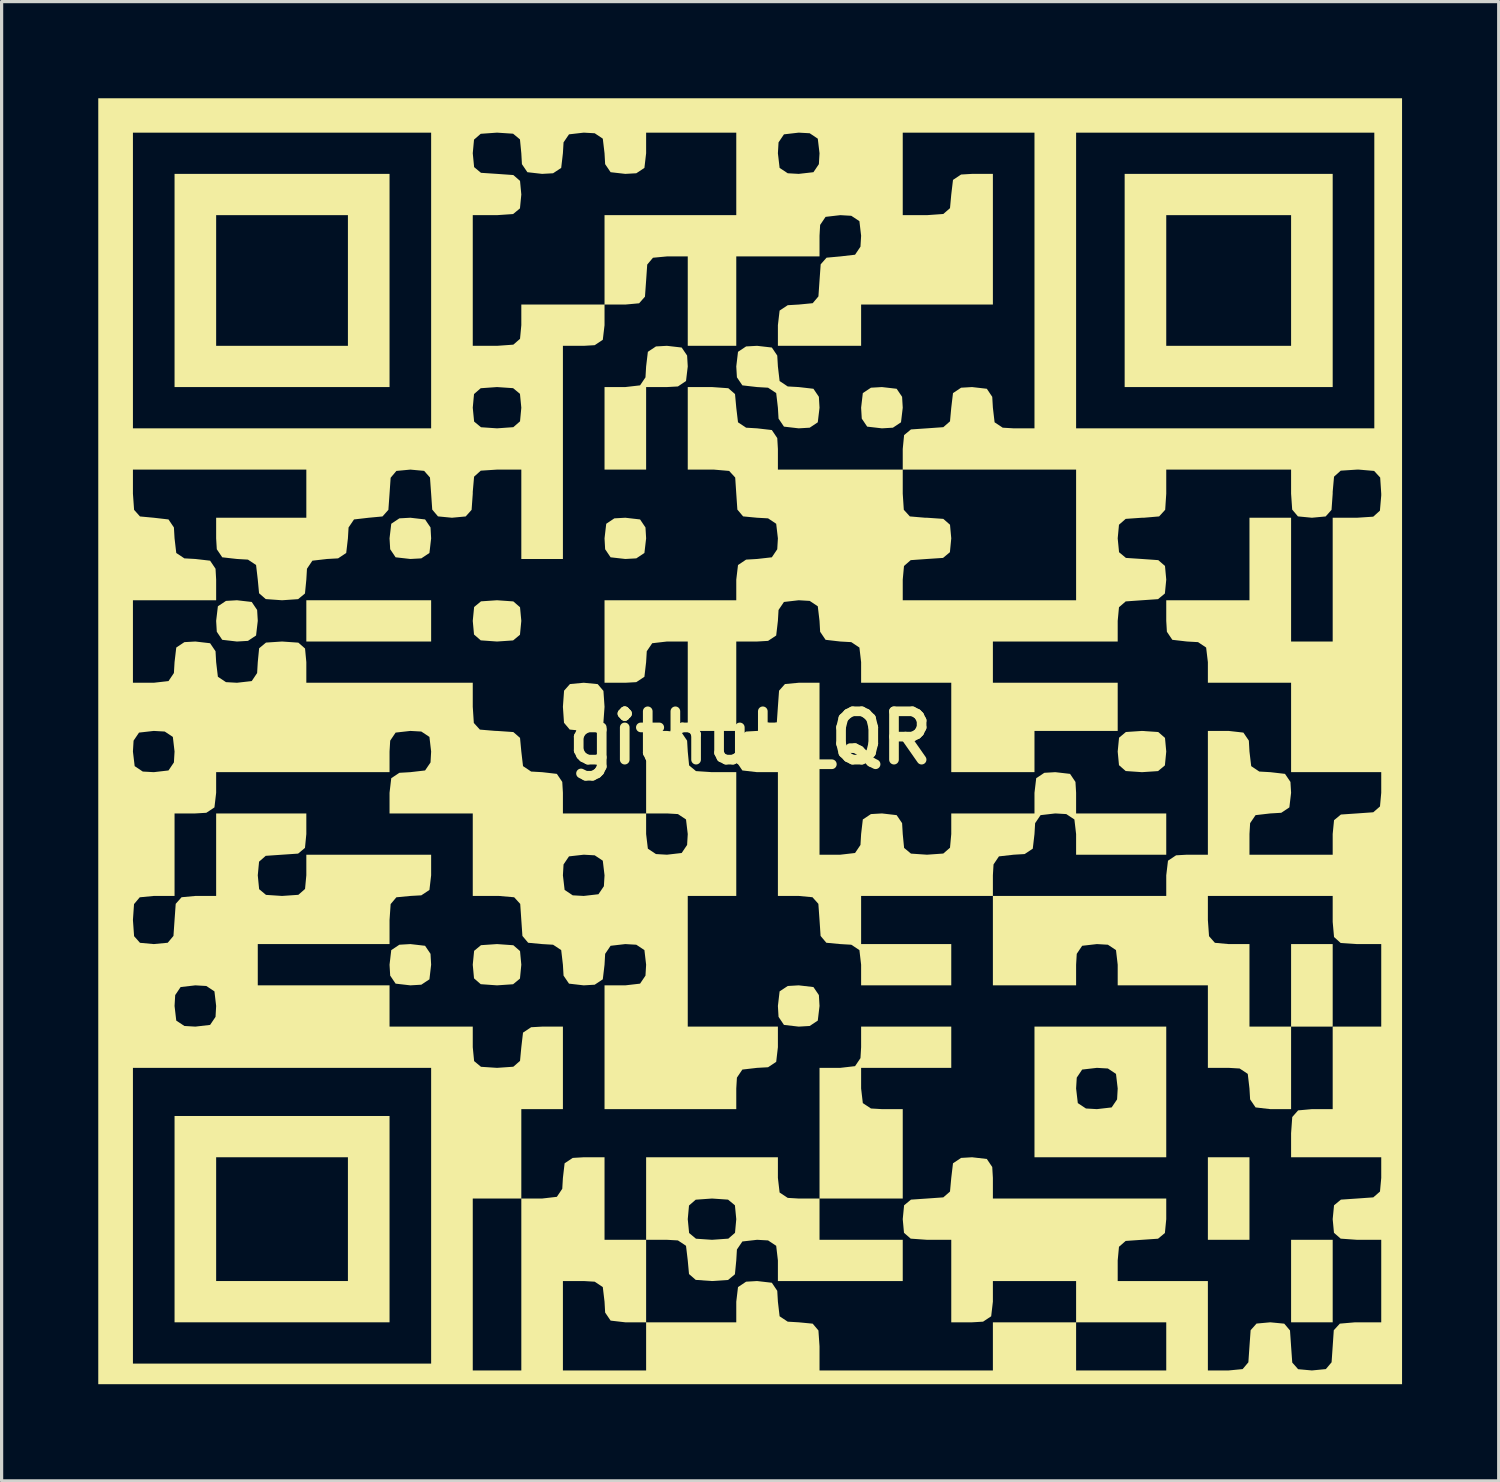
<source format=kicad_pcb>
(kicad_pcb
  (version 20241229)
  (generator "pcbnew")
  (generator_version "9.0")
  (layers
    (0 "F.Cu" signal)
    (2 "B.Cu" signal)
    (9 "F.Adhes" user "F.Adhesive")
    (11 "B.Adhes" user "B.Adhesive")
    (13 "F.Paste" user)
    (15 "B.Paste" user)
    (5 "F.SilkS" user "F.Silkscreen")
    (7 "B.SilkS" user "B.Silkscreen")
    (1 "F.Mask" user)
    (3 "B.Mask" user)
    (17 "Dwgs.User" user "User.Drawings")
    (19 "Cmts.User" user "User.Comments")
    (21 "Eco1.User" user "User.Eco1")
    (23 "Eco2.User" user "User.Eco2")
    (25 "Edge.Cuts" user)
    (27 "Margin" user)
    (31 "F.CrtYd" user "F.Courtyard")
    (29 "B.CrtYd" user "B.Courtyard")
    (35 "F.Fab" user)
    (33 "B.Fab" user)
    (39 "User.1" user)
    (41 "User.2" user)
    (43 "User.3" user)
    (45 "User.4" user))
  (footprint "github_QR"
    (layer "F.Cu")
    (at 20.234 19.85)
    (property "Reference" "github_QR" (at 0 0 0) (layer "F.SilkS") (effects (font (size 1.5 1.5) (thickness 0.3))))
    (attr board_only exclude_from_pos_files exclude_from_bom)
    (fp_poly (pts (xy -9.902 -3.629) (xy -9.902 -2.988) (xy -11.839 -2.988) (xy -13.776 -2.988) (xy -13.776 -3.629) (xy -13.776 -4.269) (xy -11.839 -4.269) (xy -9.902 -4.269)) (stroke (width 0) (type solid)) (fill yes) (layer "F.SilkS"))
    (fp_poly (pts (xy 15.498 14.301) (xy 15.498 15.582) (xy 14.853 15.582) (xy 14.207 15.582) (xy 14.207 14.301) (xy 14.207 13.02) (xy 14.853 13.02) (xy 15.498 13.02)) (stroke (width 0) (type solid)) (fill yes) (layer "F.SilkS"))
    (fp_poly (pts (xy 18.081 7.684) (xy 18.081 8.965) (xy 17.436 8.965) (xy 16.79 8.965) (xy 16.79 7.684) (xy 16.79 6.403) (xy 17.436 6.403) (xy 18.081 6.403)) (stroke (width 0) (type solid)) (fill yes) (layer "F.SilkS"))
    (fp_poly (pts (xy 18.081 16.862) (xy 18.081 18.143) (xy 17.436 18.143) (xy 16.79 18.143) (xy 16.79 16.862) (xy 16.79 15.582) (xy 17.436 15.582) (xy 18.081 15.582)) (stroke (width 0) (type solid)) (fill yes) (layer "F.SilkS"))
    (fp_poly (pts (xy -15.471 -4.216) (xy -15.303 -3.967) (xy -15.283 -3.629) (xy -15.336 -3.175) (xy -15.588 -3.008) (xy -15.929 -2.988) (xy -16.386 -3.041) (xy -16.555 -3.291) (xy -16.575 -3.629) (xy -16.521 -4.082) (xy -16.27 -4.249) (xy -15.929 -4.269)) (stroke (width 0) (type solid)) (fill yes) (layer "F.SilkS"))
    (fp_poly (pts (xy -10.09 -6.777) (xy -9.921 -6.528) (xy -9.902 -6.19) (xy -9.955 -5.736) (xy -10.207 -5.569) (xy -10.547 -5.55) (xy -11.005 -5.602) (xy -11.173 -5.852) (xy -11.193 -6.19) (xy -11.14 -6.643) (xy -10.888 -6.811) (xy -10.547 -6.83)) (stroke (width 0) (type solid)) (fill yes) (layer "F.SilkS"))
    (fp_poly (pts (xy -10.09 6.456) (xy -9.921 6.706) (xy -9.902 7.044) (xy -9.955 7.497) (xy -10.207 7.664) (xy -10.547 7.684) (xy -11.005 7.631) (xy -11.173 7.382) (xy -11.193 7.044) (xy -11.14 6.59) (xy -10.888 6.423) (xy -10.547 6.403)) (stroke (width 0) (type solid)) (fill yes) (layer "F.SilkS"))
    (fp_poly (pts (xy -7.351 -4.233) (xy -7.143 -4.052) (xy -7.103 -3.629) (xy -7.145 -3.198) (xy -7.358 -3.022) (xy -7.857 -2.988) (xy -8.363 -3.024) (xy -8.571 -3.205) (xy -8.61 -3.629) (xy -8.568 -4.059) (xy -8.355 -4.235) (xy -7.857 -4.269)) (stroke (width 0) (type solid)) (fill yes) (layer "F.SilkS"))
    (fp_poly (pts (xy -7.351 6.439) (xy -7.143 6.62) (xy -7.103 7.044) (xy -7.145 7.474) (xy -7.358 7.65) (xy -7.857 7.684) (xy -8.363 7.648) (xy -8.571 7.467) (xy -8.61 7.044) (xy -8.568 6.613) (xy -8.355 6.437) (xy -7.857 6.403)) (stroke (width 0) (type solid)) (fill yes) (layer "F.SilkS"))
    (fp_poly (pts (xy -4.732 -1.666) (xy -4.554 -1.455) (xy -4.52 -0.961) (xy -4.556 -0.459) (xy -4.739 -0.253) (xy -5.166 -0.213) (xy -5.6 -0.255) (xy -5.778 -0.466) (xy -5.812 -0.961) (xy -5.776 -1.462) (xy -5.593 -1.668) (xy -5.166 -1.708)) (stroke (width 0) (type solid)) (fill yes) (layer "F.SilkS"))
    (fp_poly (pts (xy -3.417 -6.777) (xy -3.249 -6.528) (xy -3.229 -6.19) (xy -3.282 -5.736) (xy -3.534 -5.569) (xy -3.875 -5.55) (xy -4.332 -5.602) (xy -4.501 -5.852) (xy -4.52 -6.19) (xy -4.467 -6.643) (xy -4.215 -6.811) (xy -3.875 -6.83)) (stroke (width 0) (type solid)) (fill yes) (layer "F.SilkS"))
    (fp_poly (pts (xy 1.964 7.737) (xy 2.133 7.986) (xy 2.153 8.324) (xy 2.099 8.778) (xy 1.848 8.945) (xy 1.507 8.965) (xy 1.049 8.912) (xy 0.881 8.662) (xy 0.861 8.324) (xy 0.914 7.871) (xy 1.166 7.704) (xy 1.507 7.684)) (stroke (width 0) (type solid)) (fill yes) (layer "F.SilkS"))
    (fp_poly (pts (xy 4.547 -10.833) (xy 4.716 -10.583) (xy 4.736 -10.245) (xy 4.682 -9.792) (xy 4.431 -9.625) (xy 4.09 -9.605) (xy 3.632 -9.658) (xy 3.464 -9.907) (xy 3.444 -10.245) (xy 3.497 -10.699) (xy 3.749 -10.866) (xy 4.09 -10.886)) (stroke (width 0) (type solid)) (fill yes) (layer "F.SilkS"))
    (fp_poly (pts (xy 12.668 -0.178) (xy 12.876 0.003) (xy 12.915 0.427) (xy 12.873 0.857) (xy 12.66 1.034) (xy 12.162 1.067) (xy 11.656 1.032) (xy 11.448 0.85) (xy 11.408 0.427) (xy 11.45 -0.003) (xy 11.663 -0.18) (xy 12.162 -0.213)) (stroke (width 0) (type solid)) (fill yes) (layer "F.SilkS"))
    (fp_poly (pts (xy -11.193 -14.194) (xy -11.193 -10.886) (xy -14.53 -10.886) (xy -17.866 -10.886) (xy -17.866 -14.194) (xy -16.575 -14.194) (xy -16.575 -12.166) (xy -14.53 -12.166) (xy -12.485 -12.166) (xy -12.485 -14.194) (xy -12.485 -16.222) (xy -14.53 -16.222) (xy -16.575 -16.222) (xy -16.575 -14.194) (xy -17.866 -14.194) (xy -17.866 -17.503) (xy -14.53 -17.503) (xy -11.193 -17.503)) (stroke (width 0) (type solid)) (fill yes) (layer "F.SilkS"))
    (fp_poly (pts (xy -11.193 14.941) (xy -11.193 18.143) (xy -14.53 18.143) (xy -17.866 18.143) (xy -17.866 14.941) (xy -16.575 14.941) (xy -16.575 16.862) (xy -14.53 16.862) (xy -12.485 16.862) (xy -12.485 14.941) (xy -12.485 13.02) (xy -14.53 13.02) (xy -16.575 13.02) (xy -16.575 14.941) (xy -17.866 14.941) (xy -17.866 11.739) (xy -14.53 11.739) (xy -11.193 11.739)) (stroke (width 0) (type solid)) (fill yes) (layer "F.SilkS"))
    (fp_poly (pts (xy 18.081 -14.194) (xy 18.081 -10.886) (xy 14.853 -10.886) (xy 11.624 -10.886) (xy 11.624 -14.194) (xy 12.915 -14.194) (xy 12.915 -12.166) (xy 14.853 -12.166) (xy 16.79 -12.166) (xy 16.79 -14.194) (xy 16.79 -16.222) (xy 14.853 -16.222) (xy 12.915 -16.222) (xy 12.915 -14.194) (xy 11.624 -14.194) (xy 11.624 -17.503) (xy 14.853 -17.503) (xy 18.081 -17.503)) (stroke (width 0) (type solid)) (fill yes) (layer "F.SilkS"))
    (fp_poly (pts (xy -2.126 -12.113) (xy -1.957 -11.864) (xy -1.937 -11.526) (xy -1.991 -11.073) (xy -2.242 -10.905) (xy -2.583 -10.886) (xy -3.229 -10.886) (xy -3.229 -9.605) (xy -3.229 -8.324) (xy -3.875 -8.324) (xy -4.52 -8.324) (xy -4.52 -9.605) (xy -4.52 -10.886) (xy -3.875 -10.886) (xy -3.417 -10.939) (xy -3.249 -11.188) (xy -3.229 -11.526) (xy -3.175 -11.98) (xy -2.924 -12.147) (xy -2.583 -12.166)) (stroke (width 0) (type solid)) (fill yes) (layer "F.SilkS"))
    (fp_poly (pts (xy 12.915 10.992) (xy 12.915 13.02) (xy 10.87 13.02) (xy 8.825 13.02) (xy 8.825 10.992) (xy 8.825 10.886) (xy 10.117 10.886) (xy 10.17 11.339) (xy 10.422 11.506) (xy 10.763 11.526) (xy 11.22 11.473) (xy 11.389 11.224) (xy 11.408 10.886) (xy 11.355 10.432) (xy 11.104 10.265) (xy 10.763 10.245) (xy 10.305 10.298) (xy 10.137 10.548) (xy 10.117 10.886) (xy 8.825 10.886) (xy 8.825 8.965) (xy 10.87 8.965) (xy 12.915 8.965)) (stroke (width 0) (type solid)) (fill yes) (layer "F.SilkS"))
    (fp_poly (pts (xy 0.673 -12.113) (xy 0.841 -11.864) (xy 0.861 -11.526) (xy 0.914 -11.073) (xy 1.166 -10.905) (xy 1.507 -10.886) (xy 1.964 -10.833) (xy 2.133 -10.583) (xy 2.153 -10.245) (xy 2.099 -9.792) (xy 1.848 -9.625) (xy 1.507 -9.605) (xy 1.049 -9.658) (xy 0.881 -9.907) (xy 0.861 -10.245) (xy 0.808 -10.699) (xy 0.556 -10.866) (xy 0.215 -10.886) (xy -0.242 -10.939) (xy -0.411 -11.188) (xy -0.431 -11.526) (xy -0.377 -11.98) (xy -0.126 -12.147) (xy 0.215 -12.166)) (stroke (width 0) (type solid)) (fill yes) (layer "F.SilkS"))
    (fp_poly (pts (xy 6.242 9.605) (xy 6.242 10.245) (xy 4.843 10.245) (xy 3.444 10.245) (xy 3.444 10.886) (xy 3.497 11.339) (xy 3.749 11.506) (xy 4.09 11.526) (xy 4.736 11.526) (xy 4.736 12.913) (xy 4.736 14.301) (xy 3.444 14.301) (xy 2.153 14.301) (xy 2.153 14.941) (xy 2.153 15.582) (xy 3.444 15.582) (xy 4.736 15.582) (xy 4.736 16.222) (xy 4.736 16.862) (xy 2.798 16.862) (xy 0.861 16.862) (xy 0.861 16.222) (xy 0.808 15.768) (xy 0.556 15.601) (xy 0.215 15.582) (xy -0.242 15.634) (xy -0.411 15.884) (xy -0.431 16.222) (xy -0.473 16.652) (xy -0.686 16.829) (xy -1.184 16.862) (xy -1.69 16.826) (xy -1.898 16.645) (xy -1.937 16.222) (xy -1.991 15.768) (xy -2.242 15.601) (xy -2.583 15.582) (xy -3.229 15.582) (xy -3.229 14.941) (xy -1.937 14.941) (xy -1.895 15.371) (xy -1.682 15.548) (xy -1.184 15.582) (xy -0.678 15.546) (xy -0.47 15.365) (xy -0.431 14.941) (xy -0.473 14.511) (xy -0.686 14.335) (xy -1.184 14.301) (xy -1.69 14.337) (xy -1.898 14.518) (xy -1.937 14.941) (xy -3.229 14.941) (xy -3.229 14.301) (xy -3.229 13.02) (xy -1.184 13.02) (xy 0.861 13.02) (xy 0.861 13.661) (xy 0.914 14.114) (xy 1.166 14.281) (xy 1.507 14.301) (xy 2.153 14.301) (xy 2.153 12.273) (xy 2.153 10.245) (xy 2.798 10.245) (xy 3.256 10.192) (xy 3.424 9.943) (xy 3.444 9.605) (xy 3.444 8.965) (xy 4.843 8.965) (xy 6.242 8.965)) (stroke (width 0) (type solid)) (fill yes) (layer "F.SilkS"))
    (fp_poly (pts (xy 2.153 0.961) (xy 2.153 3.629) (xy 2.798 3.629) (xy 3.256 3.576) (xy 3.424 3.326) (xy 3.444 2.988) (xy 3.497 2.535) (xy 3.749 2.368) (xy 4.09 2.348) (xy 4.547 2.401) (xy 4.716 2.65) (xy 4.736 2.988) (xy 4.778 3.418) (xy 4.991 3.595) (xy 5.489 3.629) (xy 5.995 3.593) (xy 6.203 3.412) (xy 6.242 2.988) (xy 6.242 2.348) (xy 7.534 2.348) (xy 8.825 2.348) (xy 8.825 1.708) (xy 8.879 1.254) (xy 9.13 1.087) (xy 9.471 1.067) (xy 9.929 1.12) (xy 10.097 1.37) (xy 10.117 1.708) (xy 10.117 2.348) (xy 11.516 2.348) (xy 12.915 2.348) (xy 12.915 2.988) (xy 12.915 3.629) (xy 11.516 3.629) (xy 10.117 3.629) (xy 10.117 2.988) (xy 10.064 2.535) (xy 9.812 2.368) (xy 9.471 2.348) (xy 9.014 2.401) (xy 8.845 2.65) (xy 8.825 2.988) (xy 8.772 3.442) (xy 8.52 3.609) (xy 8.18 3.629) (xy 7.722 3.681) (xy 7.554 3.931) (xy 7.534 4.269) (xy 7.534 4.909) (xy 5.489 4.909) (xy 3.444 4.909) (xy 3.444 5.656) (xy 3.444 6.403) (xy 4.843 6.403) (xy 6.242 6.403) (xy 6.242 7.044) (xy 6.242 7.684) (xy 4.843 7.684) (xy 3.444 7.684) (xy 3.444 7.044) (xy 3.391 6.59) (xy 3.139 6.423) (xy 2.798 6.403) (xy 2.364 6.362) (xy 2.186 6.15) (xy 2.153 5.656) (xy 2.117 5.154) (xy 1.934 4.949) (xy 1.507 4.909) (xy 0.861 4.909) (xy 0.861 2.988) (xy 0.861 1.067) (xy 0.215 1.067) (xy -0.242 1.014) (xy -0.411 0.765) (xy -0.431 0.427) (xy -0.377 -0.027) (xy -0.126 -0.194) (xy 0.215 -0.213) (xy 0.649 -0.255) (xy 0.827 -0.466) (xy 0.861 -0.961) (xy 0.897 -1.462) (xy 1.08 -1.668) (xy 1.507 -1.708) (xy 2.153 -1.708)) (stroke (width 0) (type solid)) (fill yes) (layer "F.SilkS"))
    (fp_poly (pts (xy 20.234 0.107) (xy 20.234 20.064) (xy 0 20.064) (xy -20.234 20.064) (xy -20.234 14.834) (xy -19.158 14.834) (xy -19.158 19.424) (xy -14.53 19.424) (xy -9.902 19.424) (xy -9.902 14.834) (xy -9.902 10.245) (xy -14.53 10.245) (xy -19.158 10.245) (xy -19.158 14.834) (xy -20.234 14.834) (xy -20.234 8.324) (xy -17.866 8.324) (xy -17.813 8.778) (xy -17.561 8.945) (xy -17.22 8.965) (xy -16.763 8.912) (xy -16.594 8.662) (xy -16.575 8.324) (xy -16.628 7.871) (xy -16.88 7.704) (xy -17.22 7.684) (xy -17.678 7.737) (xy -17.846 7.986) (xy -17.866 8.324) (xy -20.234 8.324) (xy -20.234 0.427) (xy -19.158 0.427) (xy -19.104 0.88) (xy -18.853 1.048) (xy -18.512 1.067) (xy -18.054 1.014) (xy -17.886 0.765) (xy -17.866 0.427) (xy -17.919 -0.027) (xy -18.171 -0.194) (xy -18.512 -0.213) (xy -18.969 -0.161) (xy -19.138 0.089) (xy -19.158 0.427) (xy -20.234 0.427) (xy -20.234 0.107) (xy -20.234 -8.324) (xy -19.158 -8.324) (xy -19.158 -7.577) (xy -19.122 -7.075) (xy -18.939 -6.87) (xy -18.512 -6.83) (xy -18.054 -6.777) (xy -17.886 -6.528) (xy -17.866 -6.19) (xy -17.813 -5.736) (xy -17.561 -5.569) (xy -17.22 -5.55) (xy -16.763 -5.497) (xy -16.594 -5.247) (xy -16.575 -4.909) (xy -16.575 -4.269) (xy -17.866 -4.269) (xy -19.158 -4.269) (xy -19.158 -2.988) (xy -19.158 -1.708) (xy -18.512 -1.708) (xy -18.054 -1.76) (xy -17.886 -2.01) (xy -17.866 -2.348) (xy -17.813 -2.801) (xy -17.561 -2.969) (xy -17.22 -2.988) (xy -16.763 -2.935) (xy -16.594 -2.686) (xy -16.575 -2.348) (xy -16.521 -1.894) (xy -16.27 -1.727) (xy -15.929 -1.708) (xy -15.471 -1.76) (xy -15.303 -2.01) (xy -15.283 -2.348) (xy -15.241 -2.778) (xy -15.028 -2.955) (xy -14.53 -2.988) (xy -14.023 -2.953) (xy -13.816 -2.771) (xy -13.776 -2.348) (xy -13.776 -1.708) (xy -11.193 -1.708) (xy -8.61 -1.708) (xy -8.61 -0.961) (xy -8.577 -0.46) (xy -8.389 -0.254) (xy -7.914 -0.214) (xy -7.857 -0.213) (xy -7.351 -0.178) (xy -7.143 0.003) (xy -7.103 0.427) (xy -7.05 0.88) (xy -6.798 1.048) (xy -6.458 1.067) (xy -6 1.12) (xy -5.832 1.37) (xy -5.812 1.708) (xy -5.812 2.348) (xy -4.52 2.348) (xy -3.229 2.348) (xy -3.229 1.067) (xy -3.229 -0.213) (xy -2.583 -0.213) (xy -2.126 -0.161) (xy -1.957 0.089) (xy -1.937 0.427) (xy -1.895 0.857) (xy -1.682 1.034) (xy -1.184 1.067) (xy -0.431 1.067) (xy -0.431 2.988) (xy -0.431 4.909) (xy -1.184 4.909) (xy -1.937 4.909) (xy -1.937 6.937) (xy -1.937 8.965) (xy -0.538 8.965) (xy 0.861 8.965) (xy 0.861 9.605) (xy 0.808 10.059) (xy 0.556 10.226) (xy 0.215 10.245) (xy -0.242 10.298) (xy -0.411 10.548) (xy -0.431 10.886) (xy -0.431 11.526) (xy -2.475 11.526) (xy -4.52 11.526) (xy -4.52 9.605) (xy -4.52 7.684) (xy -3.875 7.684) (xy -3.417 7.631) (xy -3.249 7.382) (xy -3.229 7.044) (xy -3.282 6.59) (xy -3.534 6.423) (xy -3.875 6.403) (xy -4.332 6.456) (xy -4.501 6.706) (xy -4.52 7.044) (xy -4.574 7.497) (xy -4.825 7.664) (xy -5.166 7.684) (xy -5.623 7.631) (xy -5.792 7.382) (xy -5.812 7.044) (xy -5.865 6.59) (xy -6.117 6.423) (xy -6.458 6.403) (xy -6.891 6.362) (xy -7.069 6.15) (xy -7.103 5.656) (xy -7.137 5.156) (xy -7.325 4.95) (xy -7.799 4.909) (xy -7.857 4.909) (xy -8.61 4.909) (xy -8.61 4.269) (xy -5.812 4.269) (xy -5.759 4.722) (xy -5.507 4.89) (xy -5.166 4.909) (xy -4.709 4.856) (xy -4.54 4.607) (xy -4.52 4.269) (xy -4.574 3.815) (xy -4.825 3.648) (xy -5.166 3.629) (xy -5.623 3.681) (xy -5.792 3.931) (xy -5.812 4.269) (xy -8.61 4.269) (xy -8.61 3.629) (xy -8.61 2.988) (xy -3.229 2.988) (xy -3.175 3.442) (xy -2.924 3.609) (xy -2.583 3.629) (xy -2.126 3.576) (xy -1.957 3.326) (xy -1.937 2.988) (xy -1.991 2.535) (xy -2.242 2.368) (xy -2.583 2.348) (xy -3.229 2.348) (xy -3.229 2.988) (xy -8.61 2.988) (xy -8.61 2.348) (xy -9.902 2.348) (xy -11.193 2.348) (xy -11.193 1.708) (xy -11.14 1.254) (xy -10.888 1.087) (xy -10.547 1.067) (xy -10.09 1.014) (xy -9.921 0.765) (xy -9.902 0.427) (xy -9.955 -0.027) (xy -10.207 -0.194) (xy -10.547 -0.213) (xy -11.005 -0.161) (xy -11.173 0.089) (xy -11.193 0.427) (xy -11.193 1.067) (xy -13.884 1.067) (xy -16.575 1.067) (xy -16.575 1.708) (xy -16.628 2.161) (xy -16.88 2.328) (xy -17.22 2.348) (xy -17.866 2.348) (xy -17.866 3.629) (xy -17.866 4.909) (xy -18.512 4.909) (xy -18.946 4.951) (xy -19.124 5.162) (xy -19.158 5.656) (xy -19.122 6.158) (xy -18.939 6.364) (xy -18.512 6.403) (xy -18.078 6.362) (xy -17.9 6.15) (xy -17.866 5.656) (xy -17.83 5.154) (xy -17.648 4.949) (xy -17.22 4.909) (xy -16.575 4.909) (xy -16.575 3.629) (xy -16.575 2.348) (xy -15.175 2.348) (xy -13.776 2.348) (xy -13.776 2.988) (xy -13.818 3.418) (xy -14.031 3.595) (xy -14.53 3.629) (xy -15.036 3.664) (xy -15.243 3.845) (xy -15.283 4.269) (xy -15.241 4.699) (xy -15.028 4.876) (xy -14.53 4.909) (xy -14.023 4.874) (xy -13.816 4.692) (xy -13.776 4.269) (xy -13.776 3.629) (xy -11.839 3.629) (xy -9.902 3.629) (xy -9.902 4.269) (xy -9.955 4.722) (xy -10.207 4.89) (xy -10.547 4.909) (xy -10.981 4.951) (xy -11.159 5.162) (xy -11.193 5.656) (xy -11.193 6.403) (xy -13.238 6.403) (xy -15.283 6.403) (xy -15.283 7.044) (xy -15.283 7.684) (xy -13.238 7.684) (xy -11.193 7.684) (xy -11.193 8.324) (xy -11.193 8.965) (xy -9.902 8.965) (xy -8.61 8.965) (xy -8.61 9.605) (xy -8.568 10.035) (xy -8.355 10.212) (xy -7.857 10.245) (xy -7.351 10.21) (xy -7.143 10.029) (xy -7.103 9.605) (xy -7.05 9.151) (xy -6.798 8.984) (xy -6.458 8.965) (xy -5.812 8.965) (xy -5.812 10.245) (xy -5.812 11.526) (xy -6.458 11.526) (xy -7.103 11.526) (xy -7.103 12.913) (xy -7.103 14.301) (xy -7.857 14.301) (xy -8.61 14.301) (xy -8.61 16.969) (xy -8.61 19.637) (xy -7.857 19.637) (xy -7.103 19.637) (xy -7.103 16.969) (xy -7.103 14.301) (xy -6.458 14.301) (xy -6 14.248) (xy -5.832 13.998) (xy -5.812 13.661) (xy -5.759 13.207) (xy -5.507 13.04) (xy -5.166 13.02) (xy -4.52 13.02) (xy -4.52 14.301) (xy -4.52 15.582) (xy -3.875 15.582) (xy -3.229 15.582) (xy -3.229 16.862) (xy -3.229 18.143) (xy -3.875 18.143) (xy -4.332 18.09) (xy -4.501 17.84) (xy -4.52 17.503) (xy -4.574 17.049) (xy -4.825 16.882) (xy -5.166 16.862) (xy -5.812 16.862) (xy -5.812 18.25) (xy -5.812 19.637) (xy -4.52 19.637) (xy -3.229 19.637) (xy -3.229 18.89) (xy -3.229 18.143) (xy -1.83 18.143) (xy -0.431 18.143) (xy -0.431 17.503) (xy -0.377 17.049) (xy -0.126 16.882) (xy 0.215 16.862) (xy 0.673 16.915) (xy 0.841 17.165) (xy 0.861 17.503) (xy 0.914 17.956) (xy 1.166 18.123) (xy 1.507 18.143) (xy 1.941 18.185) (xy 2.119 18.396) (xy 2.153 18.89) (xy 2.153 19.637) (xy 4.843 19.637) (xy 7.534 19.637) (xy 7.534 18.89) (xy 10.117 18.89) (xy 10.117 19.637) (xy 11.516 19.637) (xy 12.915 19.637) (xy 12.915 18.89) (xy 12.915 18.143) (xy 11.516 18.143) (xy 10.117 18.143) (xy 10.117 18.89) (xy 7.534 18.89) (xy 7.534 18.143) (xy 8.825 18.143) (xy 10.117 18.143) (xy 10.117 17.503) (xy 10.117 16.862) (xy 8.825 16.862) (xy 7.534 16.862) (xy 7.534 17.503) (xy 7.481 17.956) (xy 7.229 18.123) (xy 6.888 18.143) (xy 6.242 18.143) (xy 6.242 16.862) (xy 6.242 15.582) (xy 5.489 15.582) (xy 4.983 15.546) (xy 4.775 15.365) (xy 4.736 14.941) (xy 4.778 14.511) (xy 4.991 14.335) (xy 5.489 14.301) (xy 5.995 14.265) (xy 6.203 14.084) (xy 6.242 13.661) (xy 6.296 13.207) (xy 6.547 13.04) (xy 6.888 13.02) (xy 7.346 13.073) (xy 7.514 13.323) (xy 7.534 13.661) (xy 7.534 14.301) (xy 10.225 14.301) (xy 12.915 14.301) (xy 12.915 14.941) (xy 12.873 15.371) (xy 12.66 15.548) (xy 12.162 15.582) (xy 11.656 15.617) (xy 11.448 15.798) (xy 11.408 16.222) (xy 11.408 16.862) (xy 12.808 16.862) (xy 14.207 16.862) (xy 14.207 18.25) (xy 14.207 19.637) (xy 14.853 19.637) (xy 15.286 19.595) (xy 15.464 19.384) (xy 15.498 18.89) (xy 15.534 18.388) (xy 15.717 18.182) (xy 16.144 18.143) (xy 16.578 18.185) (xy 16.756 18.396) (xy 16.79 18.89) (xy 16.826 19.392) (xy 17.008 19.598) (xy 17.436 19.637) (xy 17.869 19.595) (xy 18.047 19.384) (xy 18.081 18.89) (xy 18.115 18.389) (xy 18.303 18.184) (xy 18.777 18.143) (xy 18.835 18.143) (xy 19.588 18.143) (xy 19.588 16.862) (xy 19.588 15.582) (xy 18.835 15.582) (xy 18.329 15.546) (xy 18.121 15.365) (xy 18.081 14.941) (xy 18.123 14.511) (xy 18.336 14.335) (xy 18.835 14.301) (xy 19.341 14.265) (xy 19.549 14.084) (xy 19.588 13.661) (xy 19.588 13.02) (xy 18.189 13.02) (xy 16.79 13.02) (xy 16.79 12.273) (xy 16.826 11.771) (xy 17.008 11.565) (xy 17.436 11.526) (xy 18.081 11.526) (xy 18.081 10.245) (xy 18.081 8.965) (xy 18.835 8.965) (xy 19.588 8.965) (xy 19.588 7.684) (xy 19.588 6.403) (xy 18.835 6.403) (xy 18.33 6.37) (xy 18.123 6.184) (xy 18.081 5.713) (xy 18.081 5.656) (xy 18.081 4.909) (xy 16.144 4.909) (xy 14.207 4.909) (xy 14.207 5.656) (xy 14.243 6.158) (xy 14.425 6.364) (xy 14.853 6.403) (xy 15.498 6.403) (xy 15.498 7.684) (xy 15.498 8.965) (xy 16.144 8.965) (xy 16.79 8.965) (xy 16.79 10.245) (xy 16.79 11.526) (xy 16.144 11.526) (xy 15.687 11.473) (xy 15.518 11.224) (xy 15.498 10.886) (xy 15.445 10.432) (xy 15.193 10.265) (xy 14.853 10.245) (xy 14.207 10.245) (xy 14.207 8.965) (xy 14.207 7.684) (xy 12.808 7.684) (xy 11.408 7.684) (xy 11.408 7.044) (xy 11.355 6.59) (xy 11.104 6.423) (xy 10.763 6.403) (xy 10.305 6.456) (xy 10.137 6.706) (xy 10.117 7.044) (xy 10.117 7.684) (xy 8.825 7.684) (xy 7.534 7.684) (xy 7.534 6.297) (xy 7.534 4.909) (xy 10.225 4.909) (xy 12.915 4.909) (xy 12.915 4.269) (xy 12.969 3.815) (xy 13.22 3.648) (xy 13.561 3.629) (xy 14.207 3.629) (xy 14.207 1.708) (xy 14.207 -0.213) (xy 14.853 -0.213) (xy 15.31 -0.161) (xy 15.479 0.089) (xy 15.498 0.427) (xy 15.552 0.88) (xy 15.803 1.048) (xy 16.144 1.067) (xy 16.601 1.12) (xy 16.77 1.37) (xy 16.79 1.708) (xy 16.736 2.161) (xy 16.485 2.328) (xy 16.144 2.348) (xy 15.687 2.401) (xy 15.518 2.65) (xy 15.498 2.988) (xy 15.498 3.629) (xy 16.79 3.629) (xy 18.081 3.629) (xy 18.081 2.988) (xy 18.123 2.558) (xy 18.336 2.382) (xy 18.835 2.348) (xy 19.341 2.312) (xy 19.549 2.131) (xy 19.588 1.708) (xy 19.588 1.067) (xy 18.189 1.067) (xy 16.79 1.067) (xy 16.79 -0.32) (xy 16.79 -1.708) (xy 15.498 -1.708) (xy 14.207 -1.708) (xy 14.207 -2.348) (xy 14.153 -2.801) (xy 13.902 -2.969) (xy 13.561 -2.988) (xy 13.104 -3.041) (xy 12.935 -3.291) (xy 12.915 -3.629) (xy 12.915 -4.269) (xy 14.207 -4.269) (xy 15.498 -4.269) (xy 15.498 -5.55) (xy 15.498 -6.83) (xy 16.144 -6.83) (xy 16.79 -6.83) (xy 16.79 -4.909) (xy 16.79 -2.988) (xy 17.436 -2.988) (xy 18.081 -2.988) (xy 18.081 -4.909) (xy 18.081 -6.83) (xy 18.835 -6.83) (xy 19.34 -6.863) (xy 19.547 -7.05) (xy 19.588 -7.52) (xy 19.588 -7.577) (xy 19.555 -8.078) (xy 19.367 -8.283) (xy 18.892 -8.324) (xy 18.835 -8.324) (xy 18.33 -8.291) (xy 18.123 -8.105) (xy 18.081 -7.634) (xy 18.081 -7.577) (xy 18.045 -7.075) (xy 17.863 -6.87) (xy 17.436 -6.83) (xy 17.002 -6.872) (xy 16.824 -7.083) (xy 16.79 -7.577) (xy 16.79 -8.324) (xy 14.853 -8.324) (xy 12.915 -8.324) (xy 12.915 -7.577) (xy 12.882 -7.077) (xy 12.694 -6.871) (xy 12.219 -6.83) (xy 12.162 -6.83) (xy 11.656 -6.795) (xy 11.448 -6.613) (xy 11.408 -6.19) (xy 11.45 -5.76) (xy 11.663 -5.583) (xy 12.162 -5.55) (xy 12.668 -5.514) (xy 12.876 -5.333) (xy 12.915 -4.909) (xy 12.873 -4.479) (xy 12.66 -4.303) (xy 12.162 -4.269) (xy 11.656 -4.233) (xy 11.448 -4.052) (xy 11.408 -3.629) (xy 11.408 -2.988) (xy 9.471 -2.988) (xy 7.534 -2.988) (xy 7.534 -2.348) (xy 7.534 -1.708) (xy 9.471 -1.708) (xy 11.408 -1.708) (xy 11.408 -0.961) (xy 11.408 -0.213) (xy 10.117 -0.213) (xy 8.825 -0.213) (xy 8.825 0.427) (xy 8.825 1.067) (xy 7.534 1.067) (xy 6.242 1.067) (xy 6.242 -0.32) (xy 6.242 -1.708) (xy 4.843 -1.708) (xy 3.444 -1.708) (xy 3.444 -2.348) (xy 3.391 -2.801) (xy 3.139 -2.969) (xy 2.798 -2.988) (xy 2.341 -3.041) (xy 2.172 -3.291) (xy 2.153 -3.629) (xy 2.099 -4.082) (xy 1.848 -4.249) (xy 1.507 -4.269) (xy 1.049 -4.216) (xy 0.881 -3.967) (xy 0.861 -3.629) (xy 0.808 -3.175) (xy 0.556 -3.008) (xy 0.215 -2.988) (xy -0.431 -2.988) (xy -0.431 -1.601) (xy -0.431 -0.213) (xy -1.184 -0.213) (xy -1.937 -0.213) (xy -1.937 -1.601) (xy -1.937 -2.988) (xy -2.583 -2.988) (xy -3.04 -2.935) (xy -3.209 -2.686) (xy -3.229 -2.348) (xy -3.282 -1.894) (xy -3.534 -1.727) (xy -3.875 -1.708) (xy -4.52 -1.708) (xy -4.52 -2.988) (xy -4.52 -4.269) (xy -2.475 -4.269) (xy -0.431 -4.269) (xy -0.431 -4.909) (xy -0.377 -5.363) (xy -0.126 -5.53) (xy 0.215 -5.55) (xy 0.673 -5.602) (xy 0.841 -5.852) (xy 0.861 -6.19) (xy 0.808 -6.643) (xy 0.556 -6.811) (xy 0.215 -6.83) (xy -0.219 -6.872) (xy -0.397 -7.083) (xy -0.431 -7.577) (xy 4.736 -7.577) (xy 4.769 -7.077) (xy 4.957 -6.871) (xy 5.432 -6.83) (xy 5.489 -6.83) (xy 5.995 -6.795) (xy 6.203 -6.613) (xy 6.242 -6.19) (xy 6.2 -5.76) (xy 5.987 -5.583) (xy 5.489 -5.55) (xy 4.983 -5.514) (xy 4.775 -5.333) (xy 4.736 -4.909) (xy 4.736 -4.269) (xy 7.426 -4.269) (xy 10.117 -4.269) (xy 10.117 -6.297) (xy 10.117 -8.324) (xy 7.426 -8.324) (xy 4.736 -8.324) (xy 4.736 -7.577) (xy -0.431 -7.577) (xy -0.464 -8.078) (xy -0.652 -8.283) (xy -1.127 -8.324) (xy -1.184 -8.324) (xy -1.937 -8.324) (xy -1.937 -9.605) (xy -1.937 -10.886) (xy -1.184 -10.886) (xy -0.678 -10.85) (xy -0.47 -10.669) (xy -0.431 -10.245) (xy -0.377 -9.792) (xy -0.126 -9.625) (xy 0.215 -9.605) (xy 0.673 -9.552) (xy 0.841 -9.303) (xy 0.861 -8.965) (xy 0.861 -8.324) (xy 2.798 -8.324) (xy 4.736 -8.324) (xy 4.736 -8.965) (xy 4.778 -9.395) (xy 4.991 -9.571) (xy 5.489 -9.605) (xy 5.995 -9.641) (xy 6.203 -9.822) (xy 6.242 -10.245) (xy 6.296 -10.699) (xy 6.547 -10.866) (xy 6.888 -10.886) (xy 7.346 -10.833) (xy 7.514 -10.583) (xy 7.534 -10.245) (xy 7.587 -9.792) (xy 7.839 -9.625) (xy 8.18 -9.605) (xy 8.825 -9.605) (xy 8.825 -14.194) (xy 10.117 -14.194) (xy 10.117 -9.605) (xy 14.745 -9.605) (xy 19.373 -9.605) (xy 19.373 -14.194) (xy 19.373 -18.783) (xy 14.745 -18.783) (xy 10.117 -18.783) (xy 10.117 -14.194) (xy 8.825 -14.194) (xy 8.825 -18.783) (xy 6.781 -18.783) (xy 4.736 -18.783) (xy 4.736 -17.503) (xy 4.736 -16.222) (xy 5.489 -16.222) (xy 5.995 -16.258) (xy 6.203 -16.439) (xy 6.242 -16.862) (xy 6.296 -17.316) (xy 6.547 -17.483) (xy 6.888 -17.503) (xy 7.534 -17.503) (xy 7.534 -15.475) (xy 7.534 -13.447) (xy 5.489 -13.447) (xy 3.444 -13.447) (xy 3.444 -12.807) (xy 3.444 -12.166) (xy 2.153 -12.166) (xy 0.861 -12.166) (xy 0.861 -12.807) (xy 0.914 -13.26) (xy 1.166 -13.427) (xy 1.507 -13.447) (xy 1.941 -13.489) (xy 2.119 -13.7) (xy 2.153 -14.194) (xy 2.189 -14.696) (xy 2.371 -14.902) (xy 2.798 -14.941) (xy 3.256 -14.994) (xy 3.424 -15.244) (xy 3.444 -15.582) (xy 3.391 -16.035) (xy 3.139 -16.202) (xy 2.798 -16.222) (xy 2.341 -16.169) (xy 2.172 -15.919) (xy 2.153 -15.582) (xy 2.153 -14.941) (xy 0.861 -14.941) (xy -0.431 -14.941) (xy -0.431 -13.554) (xy -0.431 -12.166) (xy -1.184 -12.166) (xy -1.937 -12.166) (xy -1.937 -13.554) (xy -1.937 -14.941) (xy -2.583 -14.941) (xy -3.017 -14.9) (xy -3.195 -14.688) (xy -3.229 -14.194) (xy -3.265 -13.692) (xy -3.447 -13.486) (xy -3.875 -13.447) (xy -4.52 -13.447) (xy -4.52 -14.834) (xy -4.52 -16.222) (xy -2.475 -16.222) (xy -0.431 -16.222) (xy -0.431 -17.503) (xy -0.431 -18.143) (xy 0.861 -18.143) (xy 0.914 -17.689) (xy 1.166 -17.522) (xy 1.507 -17.503) (xy 1.964 -17.555) (xy 2.133 -17.805) (xy 2.153 -18.143) (xy 2.099 -18.596) (xy 1.848 -18.764) (xy 1.507 -18.783) (xy 1.049 -18.73) (xy 0.881 -18.481) (xy 0.861 -18.143) (xy -0.431 -18.143) (xy -0.431 -18.783) (xy -1.83 -18.783) (xy -3.229 -18.783) (xy -3.229 -18.143) (xy -3.282 -17.689) (xy -3.534 -17.522) (xy -3.875 -17.503) (xy -4.332 -17.555) (xy -4.501 -17.805) (xy -4.52 -18.143) (xy -4.574 -18.596) (xy -4.825 -18.764) (xy -5.166 -18.783) (xy -5.623 -18.73) (xy -5.792 -18.481) (xy -5.812 -18.143) (xy -5.865 -17.689) (xy -6.117 -17.522) (xy -6.458 -17.503) (xy -6.915 -17.555) (xy -7.084 -17.805) (xy -7.103 -18.143) (xy -7.145 -18.573) (xy -7.358 -18.75) (xy -7.857 -18.783) (xy -8.363 -18.747) (xy -8.571 -18.566) (xy -8.61 -18.143) (xy -8.568 -17.713) (xy -8.355 -17.536) (xy -7.857 -17.503) (xy -7.351 -17.467) (xy -7.143 -17.286) (xy -7.103 -16.862) (xy -7.145 -16.432) (xy -7.358 -16.256) (xy -7.857 -16.222) (xy -8.61 -16.222) (xy -8.61 -14.194) (xy -8.61 -12.166) (xy -7.857 -12.166) (xy -7.351 -12.202) (xy -7.143 -12.383) (xy -7.103 -12.807) (xy -7.103 -13.447) (xy -5.812 -13.447) (xy -4.52 -13.447) (xy -4.52 -12.807) (xy -4.574 -12.353) (xy -4.825 -12.186) (xy -5.166 -12.166) (xy -5.812 -12.166) (xy -5.812 -8.858) (xy -5.812 -5.55) (xy -6.458 -5.55) (xy -7.103 -5.55) (xy -7.103 -6.937) (xy -7.103 -8.324) (xy -7.857 -8.324) (xy -8.362 -8.291) (xy -8.569 -8.105) (xy -8.61 -7.634) (xy -8.61 -7.577) (xy -8.646 -7.075) (xy -8.829 -6.87) (xy -9.256 -6.83) (xy -9.69 -6.872) (xy -9.868 -7.083) (xy -9.902 -7.577) (xy -9.938 -8.079) (xy -10.12 -8.285) (xy -10.547 -8.324) (xy -10.981 -8.283) (xy -11.159 -8.071) (xy -11.193 -7.577) (xy -11.229 -7.075) (xy -11.412 -6.87) (xy -11.839 -6.83) (xy -12.296 -6.777) (xy -12.465 -6.528) (xy -12.485 -6.19) (xy -12.538 -5.736) (xy -12.79 -5.569) (xy -13.131 -5.55) (xy -13.588 -5.497) (xy -13.756 -5.247) (xy -13.776 -4.909) (xy -13.818 -4.479) (xy -14.031 -4.303) (xy -14.53 -4.269) (xy -15.036 -4.305) (xy -15.243 -4.486) (xy -15.283 -4.909) (xy -15.336 -5.363) (xy -15.588 -5.53) (xy -15.929 -5.55) (xy -16.386 -5.602) (xy -16.555 -5.852) (xy -16.575 -6.19) (xy -16.575 -6.83) (xy -15.175 -6.83) (xy -13.776 -6.83) (xy -13.776 -7.577) (xy -13.776 -8.324) (xy -16.467 -8.324) (xy -19.158 -8.324) (xy -20.234 -8.324) (xy -20.234 -14.194) (xy -19.158 -14.194) (xy -19.158 -9.605) (xy -14.53 -9.605) (xy -9.902 -9.605) (xy -9.902 -10.245) (xy -8.61 -10.245) (xy -8.568 -9.815) (xy -8.355 -9.639) (xy -7.857 -9.605) (xy -7.351 -9.641) (xy -7.143 -9.822) (xy -7.103 -10.245) (xy -7.145 -10.676) (xy -7.358 -10.852) (xy -7.857 -10.886) (xy -8.363 -10.85) (xy -8.571 -10.669) (xy -8.61 -10.245) (xy -9.902 -10.245) (xy -9.902 -14.194) (xy -9.902 -18.783) (xy -14.53 -18.783) (xy -19.158 -18.783) (xy -19.158 -14.194) (xy -20.234 -14.194) (xy -20.234 -19.85) (xy 0 -19.85) (xy 20.234 -19.85)) (stroke (width 0) (type solid)) (fill yes) (layer "F.SilkS")))
  (gr_rect
    (start -3 -3)
    (end 43.468 42.914)
    (stroke (width 0.1) (type default))
    (fill no)
    (layer "Edge.Cuts")))
</source>
